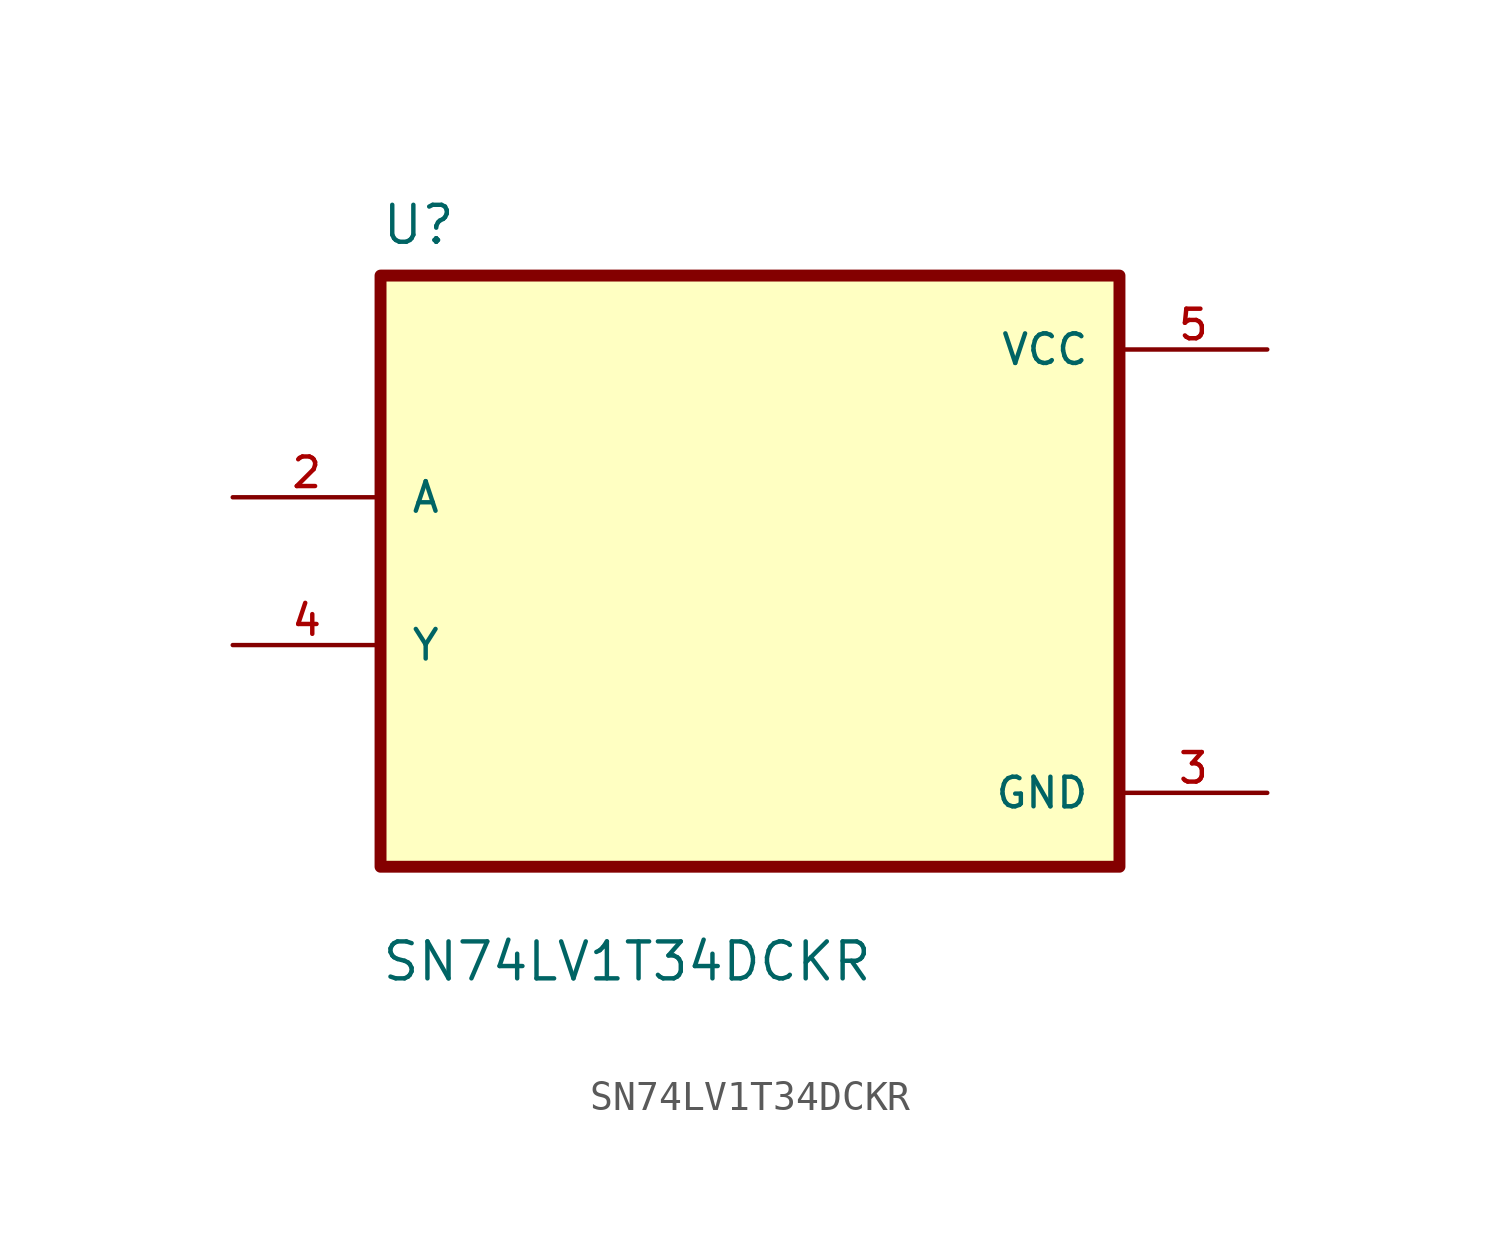
<source format=kicad_sym>
(kicad_symbol_lib
  (version 20211014)
  (generator kicad_symbol_editor)
  (symbol "SN74LV1T34DCKR"
    (pin_names
      (offset 1.016))
    (property "Reference" "U"
      (at -12.7 11.16 0.0)
      (effects (font (size 1.27 1.27)) (justify bottom left)))
    (property "Value" "SN74LV1T34DCKR"
      (at -12.7 -14.16 0.0)
      (effects (font (size 1.27 1.27)) (justify bottom left)))
    (symbol "SN74LV1T34DCKR_0_0"
      (rectangle (start -12.7 -10.16) (end 12.7 10.16) (stroke (width 0.41)) (fill (type background)))
      (pin input line (at -17.78 2.54 0) (length 5.08) (name "A" (effects (font (size 1.016 1.016)))) (number "2" (effects (font (size 1.016 1.016)))))
      (pin bidirectional line (at -17.78 -2.54 0) (length 5.08) (name "Y" (effects (font (size 1.016 1.016)))) (number "4" (effects (font (size 1.016 1.016)))))
      (pin power_in line (at 17.78 7.62 180.0) (length 5.08) (name "VCC" (effects (font (size 1.016 1.016)))) (number "5" (effects (font (size 1.016 1.016)))))
      (pin power_in line (at 17.78 -7.62 180.0) (length 5.08) (name "GND" (effects (font (size 1.016 1.016)))) (number "3" (effects (font (size 1.016 1.016))))))))
</source>
